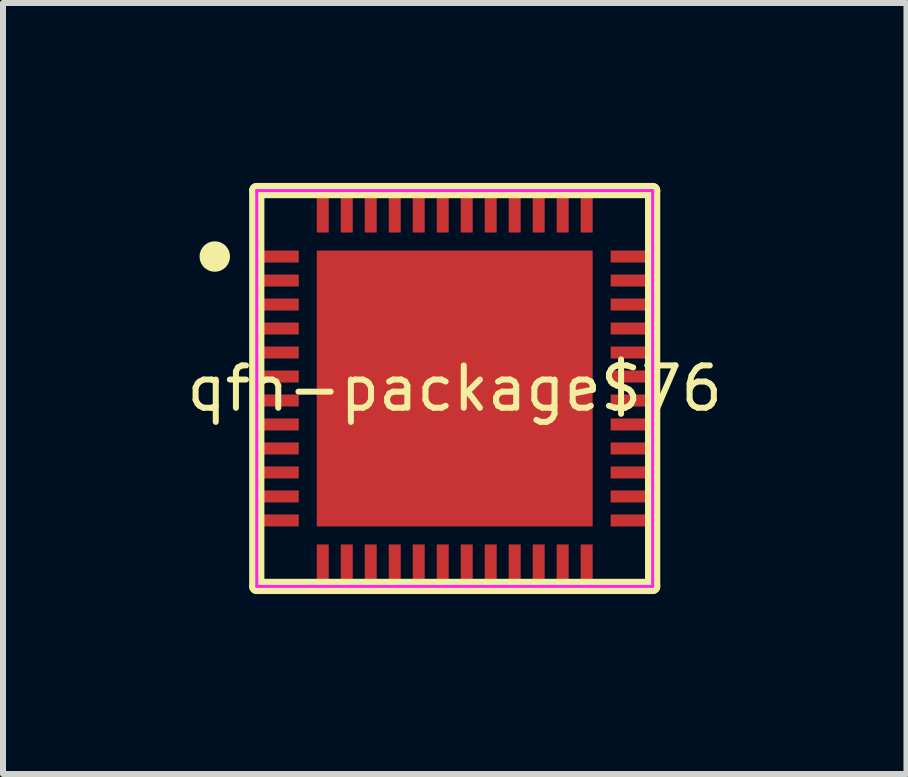
<source format=kicad_pcb>
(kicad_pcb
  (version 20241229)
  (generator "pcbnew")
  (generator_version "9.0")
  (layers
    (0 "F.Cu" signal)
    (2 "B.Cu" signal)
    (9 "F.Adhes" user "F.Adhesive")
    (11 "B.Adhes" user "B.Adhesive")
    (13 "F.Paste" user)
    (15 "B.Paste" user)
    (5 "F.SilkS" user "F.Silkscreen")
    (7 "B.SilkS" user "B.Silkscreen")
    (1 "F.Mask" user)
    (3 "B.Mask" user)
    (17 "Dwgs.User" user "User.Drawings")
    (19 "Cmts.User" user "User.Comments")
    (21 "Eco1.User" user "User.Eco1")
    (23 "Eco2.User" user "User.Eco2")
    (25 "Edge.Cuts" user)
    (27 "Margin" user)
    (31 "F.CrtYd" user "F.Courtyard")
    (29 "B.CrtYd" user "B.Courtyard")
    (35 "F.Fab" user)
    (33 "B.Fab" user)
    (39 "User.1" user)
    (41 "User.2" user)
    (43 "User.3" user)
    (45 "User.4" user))
  (footprint "qfn-package$76"
    (layer "F.Cu")
    (at 4.531 3.427)
    (property "Reference" "qfn-package$76" (at 0 0 0) (layer "F.SilkS") (effects (font (size 0.706 0.706) (thickness 0.1))))
    (attr through_hole)
    (fp_poly (pts (xy -3.3 -2.3) (xy -3.3 -2.1) (xy -2.6 -2.1) (xy -2.6 -2.3)) (stroke (width 0) (type solid)) (fill yes) (layer "F.Mask"))
    (fp_poly (pts (xy -3.3 -1.9) (xy -3.3 -1.7) (xy -2.6 -1.7) (xy -2.6 -1.9)) (stroke (width 0) (type solid)) (fill yes) (layer "F.Mask"))
    (fp_poly (pts (xy -3.3 -1.5) (xy -3.3 -1.3) (xy -2.6 -1.3) (xy -2.6 -1.5)) (stroke (width 0) (type solid)) (fill yes) (layer "F.Mask"))
    (fp_poly (pts (xy -3.3 -1.1) (xy -3.3 -0.9) (xy -2.6 -0.9) (xy -2.6 -1.1)) (stroke (width 0) (type solid)) (fill yes) (layer "F.Mask"))
    (fp_poly (pts (xy -3.3 -0.7) (xy -3.3 -0.5) (xy -2.6 -0.5) (xy -2.6 -0.7)) (stroke (width 0) (type solid)) (fill yes) (layer "F.Mask"))
    (fp_poly (pts (xy -3.3 -0.3) (xy -3.3 -0.1) (xy -2.6 -0.1) (xy -2.6 -0.3)) (stroke (width 0) (type solid)) (fill yes) (layer "F.Mask"))
    (fp_poly (pts (xy -3.3 0.1) (xy -3.3 0.3) (xy -2.6 0.3) (xy -2.6 0.1)) (stroke (width 0) (type solid)) (fill yes) (layer "F.Mask"))
    (fp_poly (pts (xy -3.3 0.5) (xy -3.3 0.7) (xy -2.6 0.7) (xy -2.6 0.5)) (stroke (width 0) (type solid)) (fill yes) (layer "F.Mask"))
    (fp_poly (pts (xy -3.3 0.9) (xy -3.3 1.1) (xy -2.6 1.1) (xy -2.6 0.9)) (stroke (width 0) (type solid)) (fill yes) (layer "F.Mask"))
    (fp_poly (pts (xy -3.3 1.3) (xy -3.3 1.5) (xy -2.6 1.5) (xy -2.6 1.3)) (stroke (width 0) (type solid)) (fill yes) (layer "F.Mask"))
    (fp_poly (pts (xy -3.3 1.7) (xy -3.3 1.9) (xy -2.6 1.9) (xy -2.6 1.7)) (stroke (width 0) (type solid)) (fill yes) (layer "F.Mask"))
    (fp_poly (pts (xy -3.3 2.1) (xy -3.3 2.3) (xy -2.6 2.3) (xy -2.6 2.1)) (stroke (width 0) (type solid)) (fill yes) (layer "F.Mask"))
    (fp_poly (pts (xy -2.3 2.3) (xy 2.3 2.3) (xy 2.3 -2.3) (xy -2.3 -2.3)) (stroke (width 0) (type solid)) (fill yes) (layer "F.Mask"))
    (fp_poly (pts (xy -2.3 3.3) (xy -2.1 3.3) (xy -2.1 2.6) (xy -2.3 2.6)) (stroke (width 0) (type solid)) (fill yes) (layer "F.Mask"))
    (fp_poly (pts (xy -2.1 -3.3) (xy -2.3 -3.3) (xy -2.3 -2.6) (xy -2.1 -2.6)) (stroke (width 0) (type solid)) (fill yes) (layer "F.Mask"))
    (fp_poly (pts (xy -1.9 3.3) (xy -1.7 3.3) (xy -1.7 2.6) (xy -1.9 2.6)) (stroke (width 0) (type solid)) (fill yes) (layer "F.Mask"))
    (fp_poly (pts (xy -1.7 -3.3) (xy -1.9 -3.3) (xy -1.9 -2.6) (xy -1.7 -2.6)) (stroke (width 0) (type solid)) (fill yes) (layer "F.Mask"))
    (fp_poly (pts (xy -1.5 3.3) (xy -1.3 3.3) (xy -1.3 2.6) (xy -1.5 2.6)) (stroke (width 0) (type solid)) (fill yes) (layer "F.Mask"))
    (fp_poly (pts (xy -1.3 -3.3) (xy -1.5 -3.3) (xy -1.5 -2.6) (xy -1.3 -2.6)) (stroke (width 0) (type solid)) (fill yes) (layer "F.Mask"))
    (fp_poly (pts (xy -1.1 3.3) (xy -0.9 3.3) (xy -0.9 2.6) (xy -1.1 2.6)) (stroke (width 0) (type solid)) (fill yes) (layer "F.Mask"))
    (fp_poly (pts (xy -0.9 -3.3) (xy -1.1 -3.3) (xy -1.1 -2.6) (xy -0.9 -2.6)) (stroke (width 0) (type solid)) (fill yes) (layer "F.Mask"))
    (fp_poly (pts (xy -0.7 3.3) (xy -0.5 3.3) (xy -0.5 2.6) (xy -0.7 2.6)) (stroke (width 0) (type solid)) (fill yes) (layer "F.Mask"))
    (fp_poly (pts (xy -0.5 -3.3) (xy -0.7 -3.3) (xy -0.7 -2.6) (xy -0.5 -2.6)) (stroke (width 0) (type solid)) (fill yes) (layer "F.Mask"))
    (fp_poly (pts (xy -0.3 3.3) (xy -0.1 3.3) (xy -0.1 2.6) (xy -0.3 2.6)) (stroke (width 0) (type solid)) (fill yes) (layer "F.Mask"))
    (fp_poly (pts (xy -0.1 -3.3) (xy -0.3 -3.3) (xy -0.3 -2.6) (xy -0.1 -2.6)) (stroke (width 0) (type solid)) (fill yes) (layer "F.Mask"))
    (fp_poly (pts (xy 0.1 3.3) (xy 0.3 3.3) (xy 0.3 2.6) (xy 0.1 2.6)) (stroke (width 0) (type solid)) (fill yes) (layer "F.Mask"))
    (fp_poly (pts (xy 0.3 -3.3) (xy 0.1 -3.3) (xy 0.1 -2.6) (xy 0.3 -2.6)) (stroke (width 0) (type solid)) (fill yes) (layer "F.Mask"))
    (fp_poly (pts (xy 0.5 3.3) (xy 0.7 3.3) (xy 0.7 2.6) (xy 0.5 2.6)) (stroke (width 0) (type solid)) (fill yes) (layer "F.Mask"))
    (fp_poly (pts (xy 0.7 -3.3) (xy 0.5 -3.3) (xy 0.5 -2.6) (xy 0.7 -2.6)) (stroke (width 0) (type solid)) (fill yes) (layer "F.Mask"))
    (fp_poly (pts (xy 0.9 3.3) (xy 1.1 3.3) (xy 1.1 2.6) (xy 0.9 2.6)) (stroke (width 0) (type solid)) (fill yes) (layer "F.Mask"))
    (fp_poly (pts (xy 1.1 -3.3) (xy 0.9 -3.3) (xy 0.9 -2.6) (xy 1.1 -2.6)) (stroke (width 0) (type solid)) (fill yes) (layer "F.Mask"))
    (fp_poly (pts (xy 1.3 3.3) (xy 1.5 3.3) (xy 1.5 2.6) (xy 1.3 2.6)) (stroke (width 0) (type solid)) (fill yes) (layer "F.Mask"))
    (fp_poly (pts (xy 1.5 -3.3) (xy 1.3 -3.3) (xy 1.3 -2.6) (xy 1.5 -2.6)) (stroke (width 0) (type solid)) (fill yes) (layer "F.Mask"))
    (fp_poly (pts (xy 1.7 3.3) (xy 1.9 3.3) (xy 1.9 2.6) (xy 1.7 2.6)) (stroke (width 0) (type solid)) (fill yes) (layer "F.Mask"))
    (fp_poly (pts (xy 1.9 -3.3) (xy 1.7 -3.3) (xy 1.7 -2.6) (xy 1.9 -2.6)) (stroke (width 0) (type solid)) (fill yes) (layer "F.Mask"))
    (fp_poly (pts (xy 2.1 3.3) (xy 2.3 3.3) (xy 2.3 2.6) (xy 2.1 2.6)) (stroke (width 0) (type solid)) (fill yes) (layer "F.Mask"))
    (fp_poly (pts (xy 2.3 -3.3) (xy 2.1 -3.3) (xy 2.1 -2.6) (xy 2.3 -2.6)) (stroke (width 0) (type solid)) (fill yes) (layer "F.Mask"))
    (fp_poly (pts (xy 3.3 -2.1) (xy 3.3 -2.3) (xy 2.6 -2.3) (xy 2.6 -2.1)) (stroke (width 0) (type solid)) (fill yes) (layer "F.Mask"))
    (fp_poly (pts (xy 3.3 -1.7) (xy 3.3 -1.9) (xy 2.6 -1.9) (xy 2.6 -1.7)) (stroke (width 0) (type solid)) (fill yes) (layer "F.Mask"))
    (fp_poly (pts (xy 3.3 -1.3) (xy 3.3 -1.5) (xy 2.6 -1.5) (xy 2.6 -1.3)) (stroke (width 0) (type solid)) (fill yes) (layer "F.Mask"))
    (fp_poly (pts (xy 3.3 -0.9) (xy 3.3 -1.1) (xy 2.6 -1.1) (xy 2.6 -0.9)) (stroke (width 0) (type solid)) (fill yes) (layer "F.Mask"))
    (fp_poly (pts (xy 3.3 -0.5) (xy 3.3 -0.7) (xy 2.6 -0.7) (xy 2.6 -0.5)) (stroke (width 0) (type solid)) (fill yes) (layer "F.Mask"))
    (fp_poly (pts (xy 3.3 -0.1) (xy 3.3 -0.3) (xy 2.6 -0.3) (xy 2.6 -0.1)) (stroke (width 0) (type solid)) (fill yes) (layer "F.Mask"))
    (fp_poly (pts (xy 3.3 0.3) (xy 3.3 0.1) (xy 2.6 0.1) (xy 2.6 0.3)) (stroke (width 0) (type solid)) (fill yes) (layer "F.Mask"))
    (fp_poly (pts (xy 3.3 0.7) (xy 3.3 0.5) (xy 2.6 0.5) (xy 2.6 0.7)) (stroke (width 0) (type solid)) (fill yes) (layer "F.Mask"))
    (fp_poly (pts (xy 3.3 1.1) (xy 3.3 0.9) (xy 2.6 0.9) (xy 2.6 1.1)) (stroke (width 0) (type solid)) (fill yes) (layer "F.Mask"))
    (fp_poly (pts (xy 3.3 1.5) (xy 3.3 1.3) (xy 2.6 1.3) (xy 2.6 1.5)) (stroke (width 0) (type solid)) (fill yes) (layer "F.Mask"))
    (fp_poly (pts (xy 3.3 1.9) (xy 3.3 1.7) (xy 2.6 1.7) (xy 2.6 1.9)) (stroke (width 0) (type solid)) (fill yes) (layer "F.Mask"))
    (fp_poly (pts (xy 3.3 2.3) (xy 3.3 2.1) (xy 2.6 2.1) (xy 2.6 2.3)) (stroke (width 0) (type solid)) (fill yes) (layer "F.Mask"))
    (fp_line (start -3.3 -3.3) (end -3.3 3.3) (stroke (width 0.254) (type solid)) (layer "F.SilkS"))
    (fp_line (start -3.3 3.3) (end 3.3 3.3) (stroke (width 0.254) (type solid)) (layer "F.SilkS"))
    (fp_line (start 3.3 -3.3) (end -3.3 -3.3) (stroke (width 0.254) (type solid)) (layer "F.SilkS"))
    (fp_line (start 3.3 3.3) (end 3.3 -3.3) (stroke (width 0.254) (type solid)) (layer "F.SilkS"))
    (fp_poly (pts (xy -3.746 -2.2) (xy -3.751 -2.25) (xy -3.765 -2.297) (xy -3.789 -2.341) (xy -3.82 -2.38) (xy -3.859 -2.411) (xy -3.903 -2.435) (xy -3.95 -2.449) (xy -4 -2.454) (xy -4.05 -2.449) (xy -4.097 -2.435) (xy -4.141 -2.411) (xy -4.18 -2.38) (xy -4.211 -2.341) (xy -4.235 -2.297) (xy -4.249 -2.25) (xy -4.254 -2.2) (xy -4.249 -2.15) (xy -4.235 -2.103) (xy -4.211 -2.059) (xy -4.18 -2.02) (xy -4.141 -1.989) (xy -4.097 -1.965) (xy -4.05 -1.951) (xy -4 -1.946) (xy -3.95 -1.951) (xy -3.903 -1.965) (xy -3.859 -1.989) (xy -3.82 -2.02) (xy -3.789 -2.059) (xy -3.765 -2.103) (xy -3.751 -2.15)) (stroke (width 0) (type solid)) (fill yes) (layer "F.SilkS"))
    (fp_poly (pts (xy -3.3 -2.3) (xy -3.3 -2.1) (xy -2.6 -2.1) (xy -2.6 -2.3)) (stroke (width 0) (type solid)) (fill yes) (layer "F.Paste"))
    (fp_poly (pts (xy -3.3 -1.9) (xy -3.3 -1.7) (xy -2.6 -1.7) (xy -2.6 -1.9)) (stroke (width 0) (type solid)) (fill yes) (layer "F.Paste"))
    (fp_poly (pts (xy -3.3 -1.5) (xy -3.3 -1.3) (xy -2.6 -1.3) (xy -2.6 -1.5)) (stroke (width 0) (type solid)) (fill yes) (layer "F.Paste"))
    (fp_poly (pts (xy -3.3 -1.1) (xy -3.3 -0.9) (xy -2.6 -0.9) (xy -2.6 -1.1)) (stroke (width 0) (type solid)) (fill yes) (layer "F.Paste"))
    (fp_poly (pts (xy -3.3 -0.7) (xy -3.3 -0.5) (xy -2.6 -0.5) (xy -2.6 -0.7)) (stroke (width 0) (type solid)) (fill yes) (layer "F.Paste"))
    (fp_poly (pts (xy -3.3 -0.3) (xy -3.3 -0.1) (xy -2.6 -0.1) (xy -2.6 -0.3)) (stroke (width 0) (type solid)) (fill yes) (layer "F.Paste"))
    (fp_poly (pts (xy -3.3 0.1) (xy -3.3 0.3) (xy -2.6 0.3) (xy -2.6 0.1)) (stroke (width 0) (type solid)) (fill yes) (layer "F.Paste"))
    (fp_poly (pts (xy -3.3 0.5) (xy -3.3 0.7) (xy -2.6 0.7) (xy -2.6 0.5)) (stroke (width 0) (type solid)) (fill yes) (layer "F.Paste"))
    (fp_poly (pts (xy -3.3 0.9) (xy -3.3 1.1) (xy -2.6 1.1) (xy -2.6 0.9)) (stroke (width 0) (type solid)) (fill yes) (layer "F.Paste"))
    (fp_poly (pts (xy -3.3 1.3) (xy -3.3 1.5) (xy -2.6 1.5) (xy -2.6 1.3)) (stroke (width 0) (type solid)) (fill yes) (layer "F.Paste"))
    (fp_poly (pts (xy -3.3 1.7) (xy -3.3 1.9) (xy -2.6 1.9) (xy -2.6 1.7)) (stroke (width 0) (type solid)) (fill yes) (layer "F.Paste"))
    (fp_poly (pts (xy -3.3 2.1) (xy -3.3 2.3) (xy -2.6 2.3) (xy -2.6 2.1)) (stroke (width 0) (type solid)) (fill yes) (layer "F.Paste"))
    (fp_poly (pts (xy -2.3 2.3) (xy 2.3 2.3) (xy 2.3 -2.3) (xy -2.3 -2.3)) (stroke (width 0) (type solid)) (fill yes) (layer "F.Paste"))
    (fp_poly (pts (xy -2.3 3.3) (xy -2.1 3.3) (xy -2.1 2.6) (xy -2.3 2.6)) (stroke (width 0) (type solid)) (fill yes) (layer "F.Paste"))
    (fp_poly (pts (xy -2.1 -3.3) (xy -2.3 -3.3) (xy -2.3 -2.6) (xy -2.1 -2.6)) (stroke (width 0) (type solid)) (fill yes) (layer "F.Paste"))
    (fp_poly (pts (xy -1.9 3.3) (xy -1.7 3.3) (xy -1.7 2.6) (xy -1.9 2.6)) (stroke (width 0) (type solid)) (fill yes) (layer "F.Paste"))
    (fp_poly (pts (xy -1.7 -3.3) (xy -1.9 -3.3) (xy -1.9 -2.6) (xy -1.7 -2.6)) (stroke (width 0) (type solid)) (fill yes) (layer "F.Paste"))
    (fp_poly (pts (xy -1.5 3.3) (xy -1.3 3.3) (xy -1.3 2.6) (xy -1.5 2.6)) (stroke (width 0) (type solid)) (fill yes) (layer "F.Paste"))
    (fp_poly (pts (xy -1.3 -3.3) (xy -1.5 -3.3) (xy -1.5 -2.6) (xy -1.3 -2.6)) (stroke (width 0) (type solid)) (fill yes) (layer "F.Paste"))
    (fp_poly (pts (xy -1.1 3.3) (xy -0.9 3.3) (xy -0.9 2.6) (xy -1.1 2.6)) (stroke (width 0) (type solid)) (fill yes) (layer "F.Paste"))
    (fp_poly (pts (xy -0.9 -3.3) (xy -1.1 -3.3) (xy -1.1 -2.6) (xy -0.9 -2.6)) (stroke (width 0) (type solid)) (fill yes) (layer "F.Paste"))
    (fp_poly (pts (xy -0.7 3.3) (xy -0.5 3.3) (xy -0.5 2.6) (xy -0.7 2.6)) (stroke (width 0) (type solid)) (fill yes) (layer "F.Paste"))
    (fp_poly (pts (xy -0.5 -3.3) (xy -0.7 -3.3) (xy -0.7 -2.6) (xy -0.5 -2.6)) (stroke (width 0) (type solid)) (fill yes) (layer "F.Paste"))
    (fp_poly (pts (xy -0.3 3.3) (xy -0.1 3.3) (xy -0.1 2.6) (xy -0.3 2.6)) (stroke (width 0) (type solid)) (fill yes) (layer "F.Paste"))
    (fp_poly (pts (xy -0.1 -3.3) (xy -0.3 -3.3) (xy -0.3 -2.6) (xy -0.1 -2.6)) (stroke (width 0) (type solid)) (fill yes) (layer "F.Paste"))
    (fp_poly (pts (xy 0.1 3.3) (xy 0.3 3.3) (xy 0.3 2.6) (xy 0.1 2.6)) (stroke (width 0) (type solid)) (fill yes) (layer "F.Paste"))
    (fp_poly (pts (xy 0.3 -3.3) (xy 0.1 -3.3) (xy 0.1 -2.6) (xy 0.3 -2.6)) (stroke (width 0) (type solid)) (fill yes) (layer "F.Paste"))
    (fp_poly (pts (xy 0.5 3.3) (xy 0.7 3.3) (xy 0.7 2.6) (xy 0.5 2.6)) (stroke (width 0) (type solid)) (fill yes) (layer "F.Paste"))
    (fp_poly (pts (xy 0.7 -3.3) (xy 0.5 -3.3) (xy 0.5 -2.6) (xy 0.7 -2.6)) (stroke (width 0) (type solid)) (fill yes) (layer "F.Paste"))
    (fp_poly (pts (xy 0.9 3.3) (xy 1.1 3.3) (xy 1.1 2.6) (xy 0.9 2.6)) (stroke (width 0) (type solid)) (fill yes) (layer "F.Paste"))
    (fp_poly (pts (xy 1.1 -3.3) (xy 0.9 -3.3) (xy 0.9 -2.6) (xy 1.1 -2.6)) (stroke (width 0) (type solid)) (fill yes) (layer "F.Paste"))
    (fp_poly (pts (xy 1.3 3.3) (xy 1.5 3.3) (xy 1.5 2.6) (xy 1.3 2.6)) (stroke (width 0) (type solid)) (fill yes) (layer "F.Paste"))
    (fp_poly (pts (xy 1.5 -3.3) (xy 1.3 -3.3) (xy 1.3 -2.6) (xy 1.5 -2.6)) (stroke (width 0) (type solid)) (fill yes) (layer "F.Paste"))
    (fp_poly (pts (xy 1.7 3.3) (xy 1.9 3.3) (xy 1.9 2.6) (xy 1.7 2.6)) (stroke (width 0) (type solid)) (fill yes) (layer "F.Paste"))
    (fp_poly (pts (xy 1.9 -3.3) (xy 1.7 -3.3) (xy 1.7 -2.6) (xy 1.9 -2.6)) (stroke (width 0) (type solid)) (fill yes) (layer "F.Paste"))
    (fp_poly (pts (xy 2.1 3.3) (xy 2.3 3.3) (xy 2.3 2.6) (xy 2.1 2.6)) (stroke (width 0) (type solid)) (fill yes) (layer "F.Paste"))
    (fp_poly (pts (xy 2.3 -3.3) (xy 2.1 -3.3) (xy 2.1 -2.6) (xy 2.3 -2.6)) (stroke (width 0) (type solid)) (fill yes) (layer "F.Paste"))
    (fp_poly (pts (xy 3.3 -2.1) (xy 3.3 -2.3) (xy 2.6 -2.3) (xy 2.6 -2.1)) (stroke (width 0) (type solid)) (fill yes) (layer "F.Paste"))
    (fp_poly (pts (xy 3.3 -1.7) (xy 3.3 -1.9) (xy 2.6 -1.9) (xy 2.6 -1.7)) (stroke (width 0) (type solid)) (fill yes) (layer "F.Paste"))
    (fp_poly (pts (xy 3.3 -1.3) (xy 3.3 -1.5) (xy 2.6 -1.5) (xy 2.6 -1.3)) (stroke (width 0) (type solid)) (fill yes) (layer "F.Paste"))
    (fp_poly (pts (xy 3.3 -0.9) (xy 3.3 -1.1) (xy 2.6 -1.1) (xy 2.6 -0.9)) (stroke (width 0) (type solid)) (fill yes) (layer "F.Paste"))
    (fp_poly (pts (xy 3.3 -0.5) (xy 3.3 -0.7) (xy 2.6 -0.7) (xy 2.6 -0.5)) (stroke (width 0) (type solid)) (fill yes) (layer "F.Paste"))
    (fp_poly (pts (xy 3.3 -0.1) (xy 3.3 -0.3) (xy 2.6 -0.3) (xy 2.6 -0.1)) (stroke (width 0) (type solid)) (fill yes) (layer "F.Paste"))
    (fp_poly (pts (xy 3.3 0.3) (xy 3.3 0.1) (xy 2.6 0.1) (xy 2.6 0.3)) (stroke (width 0) (type solid)) (fill yes) (layer "F.Paste"))
    (fp_poly (pts (xy 3.3 0.7) (xy 3.3 0.5) (xy 2.6 0.5) (xy 2.6 0.7)) (stroke (width 0) (type solid)) (fill yes) (layer "F.Paste"))
    (fp_poly (pts (xy 3.3 1.1) (xy 3.3 0.9) (xy 2.6 0.9) (xy 2.6 1.1)) (stroke (width 0) (type solid)) (fill yes) (layer "F.Paste"))
    (fp_poly (pts (xy 3.3 1.5) (xy 3.3 1.3) (xy 2.6 1.3) (xy 2.6 1.5)) (stroke (width 0) (type solid)) (fill yes) (layer "F.Paste"))
    (fp_poly (pts (xy 3.3 1.9) (xy 3.3 1.7) (xy 2.6 1.7) (xy 2.6 1.9)) (stroke (width 0) (type solid)) (fill yes) (layer "F.Paste"))
    (fp_poly (pts (xy 3.3 2.3) (xy 3.3 2.1) (xy 2.6 2.1) (xy 2.6 2.3)) (stroke (width 0) (type solid)) (fill yes) (layer "F.Paste"))
    (fp_line (start -3.3 -3.3) (end -3.3 3.3) (stroke (width 0.05) (type solid)) (layer "F.CrtYd"))
    (fp_line (start -3.3 3.3) (end 3.3 3.3) (stroke (width 0.05) (type solid)) (layer "F.CrtYd"))
    (fp_line (start 3.3 -3.3) (end -3.3 -3.3) (stroke (width 0.05) (type solid)) (layer "F.CrtYd"))
    (fp_line (start 3.3 3.3) (end 3.3 -3.3) (stroke (width 0.05) (type solid)) (layer "F.CrtYd"))
    (pad "1" smd rect (at -2.95 -2.2 270) (size 0.2 0.7) (layers "F.Cu"))
    (pad "2" smd rect (at -2.95 -1.8 270) (size 0.2 0.7) (layers "F.Cu"))
    (pad "3" smd rect (at -2.95 -1.4 270) (size 0.2 0.7) (layers "F.Cu"))
    (pad "4" smd rect (at -2.95 -1 270) (size 0.2 0.7) (layers "F.Cu"))
    (pad "5" smd rect (at -2.95 -0.6 270) (size 0.2 0.7) (layers "F.Cu"))
    (pad "6" smd rect (at -2.95 -0.2 270) (size 0.2 0.7) (layers "F.Cu"))
    (pad "7" smd rect (at -2.95 0.2 270) (size 0.2 0.7) (layers "F.Cu"))
    (pad "8" smd rect (at -2.95 0.6 270) (size 0.2 0.7) (layers "F.Cu"))
    (pad "9" smd rect (at -2.95 1 270) (size 0.2 0.7) (layers "F.Cu"))
    (pad "10" smd rect (at -2.95 1.4 270) (size 0.2 0.7) (layers "F.Cu"))
    (pad "11" smd rect (at -2.95 1.8 270) (size 0.2 0.7) (layers "F.Cu"))
    (pad "12" smd rect (at -2.95 2.2 270) (size 0.2 0.7) (layers "F.Cu"))
    (pad "13" smd rect (at -2.2 2.95) (size 0.2 0.7) (layers "F.Cu"))
    (pad "14" smd rect (at -1.8 2.95) (size 0.2 0.7) (layers "F.Cu"))
    (pad "15" smd rect (at -1.4 2.95) (size 0.2 0.7) (layers "F.Cu"))
    (pad "16" smd rect (at -1 2.95) (size 0.2 0.7) (layers "F.Cu"))
    (pad "17" smd rect (at -0.6 2.95) (size 0.2 0.7) (layers "F.Cu"))
    (pad "18" smd rect (at -0.2 2.95) (size 0.2 0.7) (layers "F.Cu"))
    (pad "19" smd rect (at 0.2 2.95) (size 0.2 0.7) (layers "F.Cu"))
    (pad "20" smd rect (at 0.6 2.95) (size 0.2 0.7) (layers "F.Cu"))
    (pad "21" smd rect (at 1 2.95) (size 0.2 0.7) (layers "F.Cu"))
    (pad "22" smd rect (at 1.4 2.95) (size 0.2 0.7) (layers "F.Cu"))
    (pad "23" smd rect (at 1.8 2.95) (size 0.2 0.7) (layers "F.Cu"))
    (pad "24" smd rect (at 2.2 2.95) (size 0.2 0.7) (layers "F.Cu"))
    (pad "25" smd rect (at 2.95 2.2 90) (size 0.2 0.7) (layers "F.Cu"))
    (pad "26" smd rect (at 2.95 1.8 90) (size 0.2 0.7) (layers "F.Cu"))
    (pad "27" smd rect (at 2.95 1.4 90) (size 0.2 0.7) (layers "F.Cu"))
    (pad "28" smd rect (at 2.95 1 90) (size 0.2 0.7) (layers "F.Cu"))
    (pad "29" smd rect (at 2.95 0.6 90) (size 0.2 0.7) (layers "F.Cu"))
    (pad "30" smd rect (at 2.95 0.2 90) (size 0.2 0.7) (layers "F.Cu"))
    (pad "31" smd rect (at 2.95 -0.2 90) (size 0.2 0.7) (layers "F.Cu"))
    (pad "32" smd rect (at 2.95 -0.6 90) (size 0.2 0.7) (layers "F.Cu"))
    (pad "33" smd rect (at 2.95 -1 90) (size 0.2 0.7) (layers "F.Cu"))
    (pad "34" smd rect (at 2.95 -1.4 90) (size 0.2 0.7) (layers "F.Cu"))
    (pad "35" smd rect (at 2.95 -1.8 90) (size 0.2 0.7) (layers "F.Cu"))
    (pad "36" smd rect (at 2.95 -2.2 90) (size 0.2 0.7) (layers "F.Cu"))
    (pad "37" smd rect (at 2.2 -2.95 180) (size 0.2 0.7) (layers "F.Cu"))
    (pad "38" smd rect (at 1.8 -2.95 180) (size 0.2 0.7) (layers "F.Cu"))
    (pad "39" smd rect (at 1.4 -2.95 180) (size 0.2 0.7) (layers "F.Cu"))
    (pad "40" smd rect (at 1 -2.95 180) (size 0.2 0.7) (layers "F.Cu"))
    (pad "41" smd rect (at 0.6 -2.95 180) (size 0.2 0.7) (layers "F.Cu"))
    (pad "42" smd rect (at 0.2 -2.95 180) (size 0.2 0.7) (layers "F.Cu"))
    (pad "43" smd rect (at -0.2 -2.95 180) (size 0.2 0.7) (layers "F.Cu"))
    (pad "44" smd rect (at -0.6 -2.95 180) (size 0.2 0.7) (layers "F.Cu"))
    (pad "45" smd rect (at -1 -2.95 180) (size 0.2 0.7) (layers "F.Cu"))
    (pad "46" smd rect (at -1.4 -2.95 180) (size 0.2 0.7) (layers "F.Cu"))
    (pad "47" smd rect (at -1.8 -2.95 180) (size 0.2 0.7) (layers "F.Cu"))
    (pad "48" smd rect (at -2.2 -2.95 180) (size 0.2 0.7) (layers "F.Cu"))
    (pad "49" smd rect (at 0 0) (size 4.6 4.6) (layers "F.Cu")))
  (gr_rect
    (start -3 -3)
    (end 12.063 9.854)
    (stroke (width 0.1) (type default))
    (fill no)
    (layer "Edge.Cuts")))
</source>
